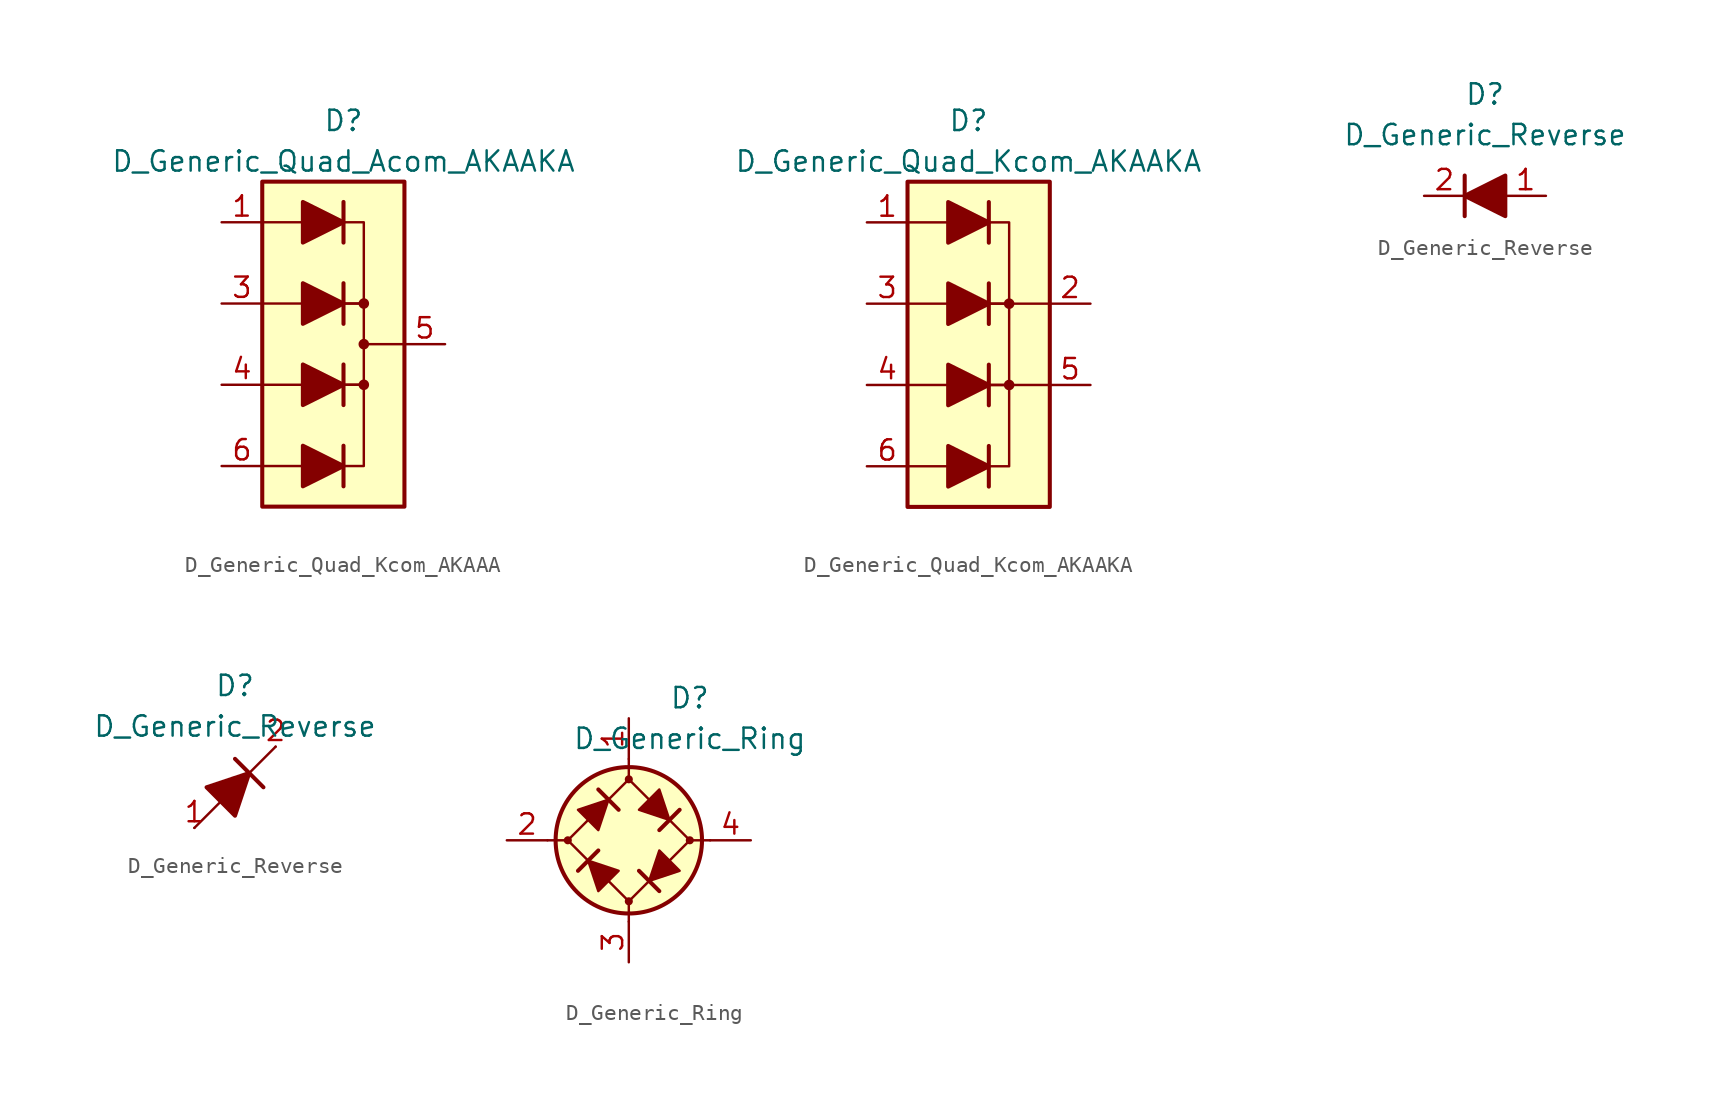
<source format=kicad_sym>
(kicad_symbol_lib
  (version 20231120)
  (generator "kicad_symbol_editor")
  (generator_version "8.0")
  (symbol "D_Generic_Quad_Kcom_AKAAA"
    (pin_names
      (offset 1.016) hide)
    (property "Reference" "D"
      (at 0 13.97 0)
      (effects (font (size 1.27 1.27))))
    (property "Value" "D_Generic_Quad_Acom_AKAAKA"
      (at 0 11.43 0)
      (effects (font (size 1.27 1.27))))
    (symbol "D_Generic_Quad_Kcom_AKAAA_0_1"
      (rectangle (start -5.08 -10.16) (end 3.81 10.16) (stroke (width 0.254) (type default)) (fill (type background)))
      (polyline (pts (xy -2.54 -2.54) (xy -5.08 -2.54)) (stroke (width 0) (type default)) (fill (type none)))
      (polyline (pts (xy -2.54 2.54) (xy -5.08 2.54)) (stroke (width 0) (type default)) (fill (type none)))
      (polyline (pts (xy 0 -3.81) (xy 0 -1.27)) (stroke (width 0.254) (type default)) (fill (type none)))
      (polyline (pts (xy 0 1.27) (xy 0 3.81)) (stroke (width 0.254) (type default)) (fill (type none)))
      (polyline (pts (xy 0 -2.54) (xy 1.27 -2.54) (xy 1.27 2.54) (xy 0 2.54)) (stroke (width 0) (type default)) (fill (type none))))
    (symbol "D_Generic_Quad_Kcom_AKAAA_1_1"
      (polyline (pts (xy -2.54 -7.62) (xy -5.08 -7.62)) (stroke (width 0) (type default)) (fill (type none)))
      (polyline (pts (xy -2.54 7.62) (xy -5.08 7.62)) (stroke (width 0) (type default)) (fill (type none)))
      (polyline (pts (xy 0 -8.89) (xy 0 -6.35)) (stroke (width 0.254) (type default)) (fill (type none)))
      (polyline (pts (xy 0 -7.62) (xy -2.54 -7.62)) (stroke (width 0) (type default)) (fill (type none)))
      (polyline (pts (xy 0 -2.54) (xy -2.54 -2.54)) (stroke (width 0) (type default)) (fill (type none)))
      (polyline (pts (xy 0 2.54) (xy -2.54 2.54)) (stroke (width 0) (type default)) (fill (type none)))
      (polyline (pts (xy 0 6.35) (xy 0 8.89)) (stroke (width 0.254) (type default)) (fill (type none)))
      (polyline (pts (xy 0 7.62) (xy -2.54 7.62)) (stroke (width 0) (type default)) (fill (type none)))
      (polyline (pts (xy 3.81 0) (xy 1.27 0)) (stroke (width 0) (type default)) (fill (type none)))
      (polyline (pts (xy -2.54 -8.89) (xy -2.54 -6.35) (xy 0 -7.62) (xy -2.54 -8.89)) (stroke (width 0.254) (type default)) (fill (type outline)))
      (polyline (pts (xy -2.54 -3.81) (xy -2.54 -1.27) (xy 0 -2.54) (xy -2.54 -3.81)) (stroke (width 0.254) (type default)) (fill (type outline)))
      (polyline (pts (xy -2.54 1.27) (xy -2.54 3.81) (xy 0 2.54) (xy -2.54 1.27)) (stroke (width 0.254) (type default)) (fill (type outline)))
      (polyline (pts (xy -2.54 6.35) (xy -2.54 8.89) (xy 0 7.62) (xy -2.54 6.35)) (stroke (width 0.254) (type default)) (fill (type outline)))
      (polyline (pts (xy 0 -7.62) (xy 1.27 -7.62) (xy 1.27 -2.54) (xy 0 -2.54)) (stroke (width 0) (type default)) (fill (type none)))
      (polyline (pts (xy 0 2.54) (xy 1.27 2.54) (xy 1.27 7.62) (xy 0 7.62)) (stroke (width 0) (type default)) (fill (type none)))
      (circle (center 1.27 -2.54) (radius 0.254) (stroke (width 0) (type default)) (fill (type outline)))
      (circle (center 1.27 0) (radius 0.254) (stroke (width 0) (type default)) (fill (type outline)))
      (circle (center 1.27 2.54) (radius 0.254) (stroke (width 0) (type default)) (fill (type outline)))
      (pin passive line (at -7.62 7.62 0) (length 2.54) (name "A1" (effects (font (size 1.27 1.27)))) (number "1" (effects (font (size 1.27 1.27)))))
      (pin passive line (at -7.62 2.54 0) (length 2.54) (name "A2" (effects (font (size 1.27 1.27)))) (number "3" (effects (font (size 1.27 1.27)))))
      (pin passive line (at -7.62 -2.54 0) (length 2.54) (name "A3" (effects (font (size 1.27 1.27)))) (number "4" (effects (font (size 1.27 1.27)))))
      (pin passive line (at 6.35 0 180) (length 2.54) (name "K2" (effects (font (size 1.27 1.27)))) (number "5" (effects (font (size 1.27 1.27)))))
      (pin passive line (at -7.62 -7.62 0) (length 2.54) (name "A4" (effects (font (size 1.27 1.27)))) (number "6" (effects (font (size 1.27 1.27)))))))
  (symbol "D_Generic_Quad_Kcom_AKAAKA"
    (pin_names
      (offset 1.016) hide)
    (property "Reference" "D"
      (at 0 13.97 0)
      (effects (font (size 1.27 1.27))))
    (property "Value" "D_Generic_Quad_Kcom_AKAAKA"
      (at 0 11.43 0)
      (effects (font (size 1.27 1.27))))
    (symbol "D_Generic_Quad_Kcom_AKAAKA_0_1"
      (rectangle (start -3.81 10.16) (end 5.08 -10.16) (stroke (width 0.254) (type default)) (fill (type background)))
      (polyline (pts (xy -1.27 -2.54) (xy -3.81 -2.54)) (stroke (width 0) (type default)) (fill (type none)))
      (polyline (pts (xy -1.27 2.54) (xy -3.81 2.54)) (stroke (width 0) (type default)) (fill (type none)))
      (polyline (pts (xy 1.27 -3.81) (xy 1.27 -1.27)) (stroke (width 0.254) (type default)) (fill (type none)))
      (polyline (pts (xy 1.27 1.27) (xy 1.27 3.81)) (stroke (width 0.254) (type default)) (fill (type none)))
      (polyline (pts (xy 5.08 2.54) (xy 2.54 2.54)) (stroke (width 0) (type default)) (fill (type none)))
      (polyline (pts (xy 1.27 -2.54) (xy 2.54 -2.54) (xy 2.54 2.54) (xy 1.27 2.54)) (stroke (width 0) (type default)) (fill (type none))))
    (symbol "D_Generic_Quad_Kcom_AKAAKA_1_1"
      (polyline (pts (xy -1.27 -7.62) (xy -3.81 -7.62)) (stroke (width 0) (type default)) (fill (type none)))
      (polyline (pts (xy -1.27 -7.62) (xy 1.27 -7.62)) (stroke (width 0) (type default)) (fill (type none)))
      (polyline (pts (xy -1.27 -2.54) (xy 1.27 -2.54)) (stroke (width 0) (type default)) (fill (type none)))
      (polyline (pts (xy -1.27 2.54) (xy 1.27 2.54)) (stroke (width 0) (type default)) (fill (type none)))
      (polyline (pts (xy -1.27 7.62) (xy -3.81 7.62)) (stroke (width 0) (type default)) (fill (type none)))
      (polyline (pts (xy -1.27 7.62) (xy 1.27 7.62)) (stroke (width 0) (type default)) (fill (type none)))
      (polyline (pts (xy 1.27 -8.89) (xy 1.27 -6.35)) (stroke (width 0.254) (type default)) (fill (type none)))
      (polyline (pts (xy 1.27 6.35) (xy 1.27 8.89)) (stroke (width 0.254) (type default)) (fill (type none)))
      (polyline (pts (xy 5.08 -2.54) (xy 2.54 -2.54)) (stroke (width 0) (type default)) (fill (type none)))
      (polyline (pts (xy -1.27 -8.89) (xy -1.27 -6.35) (xy 1.27 -7.62) (xy -1.27 -8.89)) (stroke (width 0.254) (type default)) (fill (type outline)))
      (polyline (pts (xy -1.27 -3.81) (xy -1.27 -1.27) (xy 1.27 -2.54) (xy -1.27 -3.81)) (stroke (width 0.254) (type default)) (fill (type outline)))
      (polyline (pts (xy -1.27 1.27) (xy -1.27 3.81) (xy 1.27 2.54) (xy -1.27 1.27)) (stroke (width 0.254) (type default)) (fill (type outline)))
      (polyline (pts (xy -1.27 6.35) (xy -1.27 8.89) (xy 1.27 7.62) (xy -1.27 6.35)) (stroke (width 0.254) (type default)) (fill (type outline)))
      (polyline (pts (xy 1.27 -7.62) (xy 2.54 -7.62) (xy 2.54 -2.54) (xy 1.27 -2.54)) (stroke (width 0) (type default)) (fill (type none)))
      (polyline (pts (xy 1.27 2.54) (xy 2.54 2.54) (xy 2.54 7.62) (xy 1.27 7.62)) (stroke (width 0) (type default)) (fill (type none)))
      (circle (center 2.54 -2.54) (radius 0.254) (stroke (width 0) (type default)) (fill (type outline)))
      (circle (center 2.54 2.54) (radius 0.254) (stroke (width 0) (type default)) (fill (type outline)))
      (pin passive line (at -6.35 7.62 0) (length 2.54) (name "A1" (effects (font (size 1.27 1.27)))) (number "1" (effects (font (size 1.27 1.27)))))
      (pin passive line (at 7.62 2.54 180) (length 2.54) (name "K1" (effects (font (size 1.27 1.27)))) (number "2" (effects (font (size 1.27 1.27)))))
      (pin passive line (at -6.35 2.54 0) (length 2.54) (name "A2" (effects (font (size 1.27 1.27)))) (number "3" (effects (font (size 1.27 1.27)))))
      (pin passive line (at -6.35 -2.54 0) (length 2.54) (name "A3" (effects (font (size 1.27 1.27)))) (number "4" (effects (font (size 1.27 1.27)))))
      (pin passive line (at 7.62 -2.54 180) (length 2.54) (name "K2" (effects (font (size 1.27 1.27)))) (number "5" (effects (font (size 1.27 1.27)))))
      (pin passive line (at -6.35 -7.62 0) (length 2.54) (name "A4" (effects (font (size 1.27 1.27)))) (number "6" (effects (font (size 1.27 1.27)))))))
  (symbol "D_Generic_Reverse"
    (pin_names
      (offset 1.016) hide)
    (property "Reference" "D"
      (at 0 6.35 0)
      (effects (font (size 1.27 1.27))))
    (property "Value" "D_Generic_Reverse"
      (at 0 3.81 0)
      (effects (font (size 1.27 1.27))))
    (symbol "D_Generic_Reverse_0_1"
      (polyline (pts (xy -1.27 1.27) (xy -1.27 -1.27)) (stroke (width 0.254) (type default)) (fill (type none)))
      (polyline (pts (xy 1.27 0) (xy -1.27 0)) (stroke (width 0) (type default)) (fill (type none)))
      (polyline (pts (xy 1.27 1.27) (xy 1.27 -1.27) (xy -1.27 0) (xy 1.27 1.27)) (stroke (width 0.254) (type default)) (fill (type outline))))
    (symbol "D_Generic_Reverse_0_2"
      (polyline (pts (xy -2.54 -2.54) (xy 2.54 2.54)) (stroke (width 0) (type default)) (fill (type none)))
      (polyline (pts (xy 0 1.778) (xy 1.778 0)) (stroke (width 0.254) (type default)) (fill (type none)))
      (polyline (pts (xy -0.889 -0.889) (xy -1.778 0) (xy 0.889 0.889) (xy 0 -1.778) (xy -0.889 -0.889)) (stroke (width 0.254) (type default)) (fill (type outline))))
    (symbol "D_Generic_Reverse_1_1"
      (pin passive line (at 3.81 0 180) (length 2.54) (name "A" (effects (font (size 1.27 1.27)))) (number "1" (effects (font (size 1.27 1.27)))))
      (pin passive line (at -3.81 0 0) (length 2.54) (name "K" (effects (font (size 1.27 1.27)))) (number "2" (effects (font (size 1.27 1.27))))))
    (symbol "D_Generic_Reverse_1_2"
      (pin passive line (at -2.54 -2.54 0) (length 0) (name "A" (effects (font (size 1.27 1.27)))) (number "1" (effects (font (size 1.27 1.27)))))
      (pin passive line (at 2.54 2.54 180) (length 0) (name "K" (effects (font (size 1.27 1.27)))) (number "2" (effects (font (size 1.27 1.27)))))))
  (symbol "D_Generic_Ring"
    (pin_names
      (offset 1.016) hide)
    (property "Reference" "D"
      (at 3.81 8.89 0)
      (effects (font (size 1.27 1.27))))
    (property "Value" "D_Generic_Ring"
      (at 3.81 6.35 0)
      (effects (font (size 1.27 1.27))))
    (symbol "D_Generic_Ring_0_1"
      (circle (center -3.81 0) (radius 0.178) (stroke (width 0) (type default)) (fill (type outline)))
      (polyline (pts (xy -5.08 0) (xy -3.81 0)) (stroke (width 0) (type default)) (fill (type none)))
      (polyline (pts (xy -1.905 -0.635) (xy -3.175 -1.905)) (stroke (width 0.254) (type default)) (fill (type none)))
      (polyline (pts (xy -1.905 3.175) (xy -0.635 1.905)) (stroke (width 0.254) (type default)) (fill (type none)))
      (polyline (pts (xy 0 -5.08) (xy 0 -3.81)) (stroke (width 0) (type default)) (fill (type none)))
      (polyline (pts (xy 0 5.08) (xy 0 3.81)) (stroke (width 0) (type default)) (fill (type none)))
      (polyline (pts (xy 0.635 -1.905) (xy 1.905 -3.175)) (stroke (width 0.254) (type default)) (fill (type none)))
      (polyline (pts (xy 3.175 1.905) (xy 1.905 0.635)) (stroke (width 0.254) (type default)) (fill (type none)))
      (polyline (pts (xy 5.08 0) (xy 3.81 0)) (stroke (width 0) (type default)) (fill (type none)))
      (polyline (pts (xy -2.54 -1.27) (xy -1.905 -3.175) (xy -0.635 -1.905) (xy -2.54 -1.27)) (stroke (width 0) (type default)) (fill (type outline)))
      (polyline (pts (xy -1.27 2.54) (xy -1.905 0.635) (xy -3.175 1.905) (xy -1.27 2.54)) (stroke (width 0) (type default)) (fill (type outline)))
      (polyline (pts (xy 1.27 -2.54) (xy 3.175 -1.905) (xy 1.905 -0.635) (xy 1.27 -2.54)) (stroke (width 0) (type default)) (fill (type outline)))
      (polyline (pts (xy 2.54 1.27) (xy 0.635 1.905) (xy 1.905 3.175) (xy 2.54 1.27)) (stroke (width 0) (type default)) (fill (type outline)))
      (polyline (pts (xy 0 3.81) (xy -3.81 0) (xy 0 -3.81) (xy 3.81 0) (xy 0 3.81)) (stroke (width 0) (type default)) (fill (type none)))
      (circle (center 0 0) (radius 4.572) (stroke (width 0.254) (type default)) (fill (type background))))
    (symbol "D_Generic_Ring_1_1"
      (circle (center 0 -3.81) (radius 0.178) (stroke (width 0) (type default)) (fill (type outline)))
      (circle (center 0 3.81) (radius 0.178) (stroke (width 0) (type default)) (fill (type outline)))
      (circle (center 3.81 0) (radius 0.178) (stroke (width 0) (type default)) (fill (type outline)))
      (pin passive line (at 0 7.62 270) (length 2.54) (name "+" (effects (font (size 1.27 1.27)))) (number "1" (effects (font (size 1.27 1.27)))))
      (pin passive line (at -7.62 0 0) (length 2.54) (name "1" (effects (font (size 1.27 1.27)))) (number "2" (effects (font (size 1.27 1.27)))))
      (pin passive line (at 0 -7.62 90) (length 2.54) (name "-" (effects (font (size 1.27 1.27)))) (number "3" (effects (font (size 1.27 1.27)))))
      (pin passive line (at 7.62 0 180) (length 2.54) (name "2" (effects (font (size 1.27 1.27)))) (number "4" (effects (font (size 1.27 1.27))))))))
</source>
